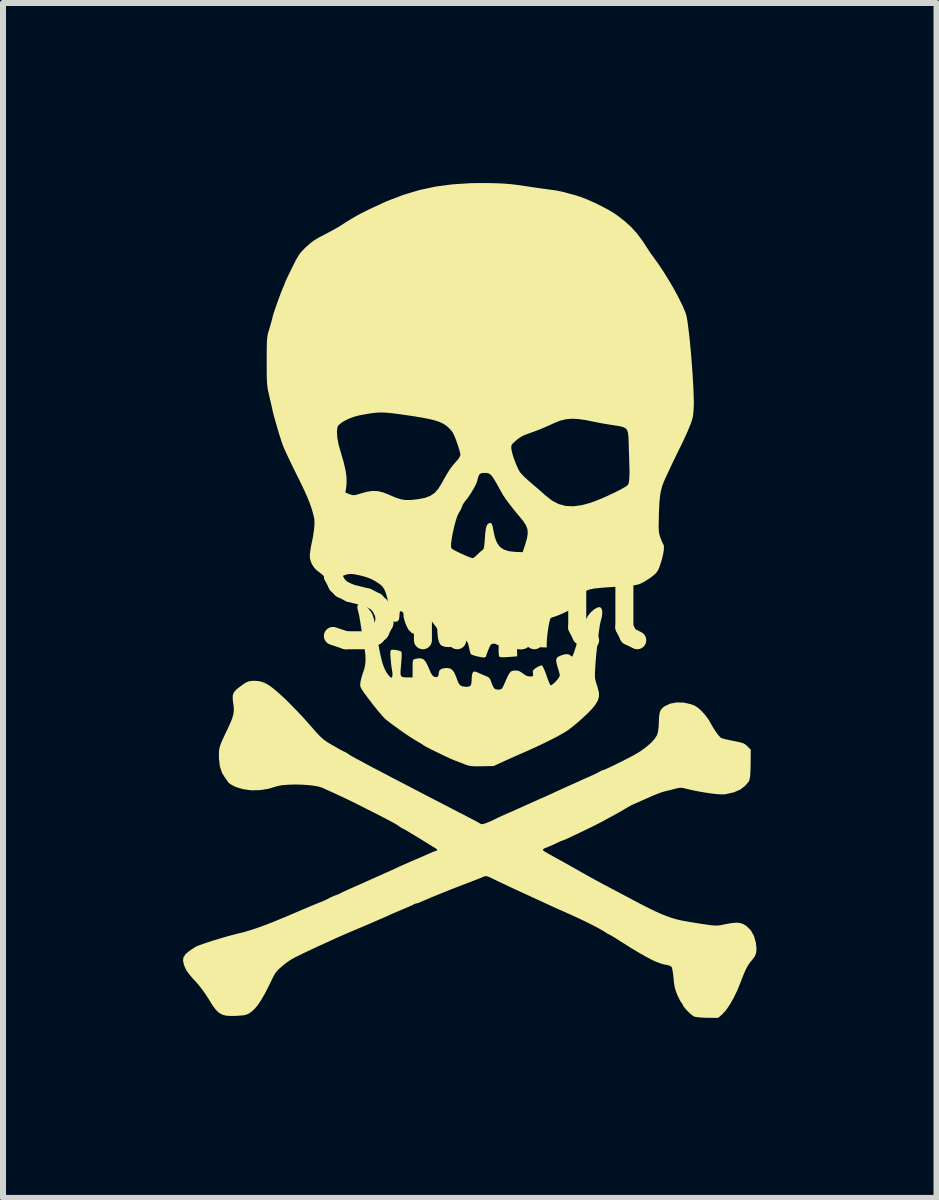
<source format=kicad_pcb>
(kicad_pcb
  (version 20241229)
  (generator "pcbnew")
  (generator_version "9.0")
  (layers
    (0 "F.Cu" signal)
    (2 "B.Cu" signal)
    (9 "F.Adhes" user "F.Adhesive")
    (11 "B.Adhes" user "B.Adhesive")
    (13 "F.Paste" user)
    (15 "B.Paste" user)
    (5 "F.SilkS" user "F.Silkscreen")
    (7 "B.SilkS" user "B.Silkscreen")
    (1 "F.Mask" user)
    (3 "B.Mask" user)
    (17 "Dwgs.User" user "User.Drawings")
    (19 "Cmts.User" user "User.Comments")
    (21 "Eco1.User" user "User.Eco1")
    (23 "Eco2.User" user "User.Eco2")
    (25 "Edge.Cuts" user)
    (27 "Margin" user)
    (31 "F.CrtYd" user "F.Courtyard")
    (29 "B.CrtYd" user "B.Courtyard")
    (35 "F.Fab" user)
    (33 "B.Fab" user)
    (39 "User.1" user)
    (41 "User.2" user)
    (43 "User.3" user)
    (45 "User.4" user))
  (footprint "Skull"
    (layer "F.Cu")
    (at 4.997 6.94)
    (property "Reference" "Skull" (at 0 0 0) (layer "F.SilkS") (effects (font (size 1.5 1.5) (thickness 0.3))))
    (attr board_only exclude_from_pos_files exclude_from_bom)
    (fp_poly (pts (xy -1.993 0.074) (xy -1.953 0.106) (xy -1.91 0.149) (xy -1.872 0.197) (xy -1.844 0.243) (xy -1.842 0.247) (xy -1.822 0.304) (xy -1.808 0.36) (xy -1.806 0.374) (xy -1.801 0.408) (xy -1.791 0.466) (xy -1.778 0.544) (xy -1.762 0.634) (xy -1.745 0.732) (xy -1.745 0.736) (xy -1.718 0.875) (xy -1.693 0.987) (xy -1.668 1.077) (xy -1.641 1.149) (xy -1.611 1.207) (xy -1.576 1.257) (xy -1.57 1.264) (xy -1.542 1.295) (xy -1.525 1.303) (xy -1.513 1.292) (xy -1.513 1.29) (xy -1.507 1.258) (xy -1.51 1.205) (xy -1.514 1.184) (xy -1.523 1.127) (xy -1.532 1.054) (xy -1.538 0.98) (xy -1.539 0.974) (xy -1.543 0.91) (xy -1.542 0.871) (xy -1.537 0.85) (xy -1.526 0.84) (xy -1.52 0.838) (xy -1.487 0.836) (xy -1.439 0.842) (xy -1.393 0.854) (xy -1.361 0.868) (xy -1.359 0.87) (xy -1.355 0.89) (xy -1.354 0.935) (xy -1.357 0.997) (xy -1.363 1.071) (xy -1.363 1.076) (xy -1.371 1.163) (xy -1.374 1.223) (xy -1.369 1.262) (xy -1.354 1.284) (xy -1.327 1.294) (xy -1.285 1.297) (xy -1.254 1.297) (xy -1.172 1.297) (xy -1.172 1.149) (xy -1.172 1.08) (xy -1.17 1.036) (xy -1.164 1.011) (xy -1.154 0.999) (xy -1.138 0.992) (xy -1.134 0.991) (xy -1.072 0.979) (xy -1.024 0.981) (xy -0.985 1) (xy -0.952 1.04) (xy -0.919 1.104) (xy -0.893 1.165) (xy -0.866 1.226) (xy -0.842 1.264) (xy -0.817 1.284) (xy -0.806 1.289) (xy -0.767 1.293) (xy -0.744 1.272) (xy -0.735 1.224) (xy -0.735 1.215) (xy -0.722 1.176) (xy -0.683 1.152) (xy -0.617 1.141) (xy -0.596 1.141) (xy -0.547 1.149) (xy -0.508 1.174) (xy -0.475 1.222) (xy -0.444 1.295) (xy -0.436 1.318) (xy -0.411 1.384) (xy -0.384 1.425) (xy -0.347 1.446) (xy -0.293 1.453) (xy -0.267 1.454) (xy -0.229 1.45) (xy -0.206 1.435) (xy -0.193 1.402) (xy -0.188 1.347) (xy -0.188 1.312) (xy -0.183 1.263) (xy -0.173 1.224) (xy -0.168 1.215) (xy -0.155 1.202) (xy -0.139 1.199) (xy -0.11 1.207) (xy -0.062 1.227) (xy -0.047 1.234) (xy 0.008 1.258) (xy 0.054 1.277) (xy 0.082 1.288) (xy 0.082 1.288) (xy 0.107 1.308) (xy 0.126 1.34) (xy 0.152 1.411) (xy 0.173 1.457) (xy 0.193 1.484) (xy 0.216 1.497) (xy 0.245 1.5) (xy 0.253 1.501) (xy 0.29 1.498) (xy 0.313 1.487) (xy 0.332 1.46) (xy 0.347 1.426) (xy 0.386 1.338) (xy 0.415 1.274) (xy 0.44 1.231) (xy 0.462 1.204) (xy 0.484 1.19) (xy 0.512 1.184) (xy 0.544 1.182) (xy 0.593 1.188) (xy 0.639 1.212) (xy 0.665 1.231) (xy 0.719 1.268) (xy 0.771 1.281) (xy 0.784 1.282) (xy 0.822 1.28) (xy 0.836 1.27) (xy 0.836 1.242) (xy 0.834 1.23) (xy 0.831 1.197) (xy 0.841 1.174) (xy 0.87 1.149) (xy 0.89 1.135) (xy 0.933 1.111) (xy 0.968 1.098) (xy 0.979 1.097) (xy 0.996 1.114) (xy 1.018 1.158) (xy 1.045 1.225) (xy 1.056 1.257) (xy 1.079 1.323) (xy 1.101 1.378) (xy 1.117 1.416) (xy 1.125 1.428) (xy 1.142 1.426) (xy 1.172 1.405) (xy 1.207 1.372) (xy 1.241 1.334) (xy 1.267 1.298) (xy 1.28 1.27) (xy 1.281 1.266) (xy 1.277 1.24) (xy 1.265 1.194) (xy 1.25 1.144) (xy 1.229 1.07) (xy 1.22 1.019) (xy 1.225 0.985) (xy 1.244 0.96) (xy 1.28 0.94) (xy 1.286 0.937) (xy 1.362 0.912) (xy 1.422 0.911) (xy 1.464 0.937) (xy 1.465 0.937) (xy 1.476 0.948) (xy 1.485 0.949) (xy 1.495 0.937) (xy 1.508 0.907) (xy 1.526 0.856) (xy 1.551 0.779) (xy 1.556 0.761) (xy 1.584 0.677) (xy 1.612 0.595) (xy 1.638 0.524) (xy 1.659 0.473) (xy 1.66 0.469) (xy 1.686 0.411) (xy 1.709 0.356) (xy 1.719 0.328) (xy 1.751 0.27) (xy 1.797 0.214) (xy 1.85 0.166) (xy 1.904 0.135) (xy 1.944 0.125) (xy 1.969 0.139) (xy 1.985 0.176) (xy 1.989 0.228) (xy 1.981 0.289) (xy 1.978 0.303) (xy 1.967 0.342) (xy 1.958 0.378) (xy 1.95 0.416) (xy 1.943 0.462) (xy 1.934 0.524) (xy 1.923 0.607) (xy 1.916 0.664) (xy 1.902 0.787) (xy 1.889 0.908) (xy 1.879 1.022) (xy 1.872 1.125) (xy 1.867 1.212) (xy 1.866 1.277) (xy 1.868 1.317) (xy 1.869 1.319) (xy 1.879 1.361) (xy 1.896 1.417) (xy 1.91 1.461) (xy 1.932 1.546) (xy 1.934 1.617) (xy 1.914 1.684) (xy 1.87 1.756) (xy 1.853 1.779) (xy 1.81 1.83) (xy 1.748 1.893) (xy 1.674 1.963) (xy 1.595 2.034) (xy 1.517 2.1) (xy 1.447 2.155) (xy 1.426 2.171) (xy 1.355 2.216) (xy 1.259 2.271) (xy 1.143 2.331) (xy 1.012 2.396) (xy 0.871 2.463) (xy 0.723 2.529) (xy 0.703 2.538) (xy 0.611 2.578) (xy 0.51 2.623) (xy 0.414 2.666) (xy 0.344 2.698) (xy 0.18 2.774) (xy -0.016 2.778) (xy -0.101 2.779) (xy -0.163 2.778) (xy -0.21 2.773) (xy -0.251 2.764) (xy -0.295 2.749) (xy -0.313 2.742) (xy -0.372 2.719) (xy -0.426 2.698) (xy -0.461 2.685) (xy -0.498 2.67) (xy -0.554 2.645) (xy -0.623 2.613) (xy -0.699 2.577) (xy -0.776 2.54) (xy -0.849 2.504) (xy -0.912 2.472) (xy -0.958 2.447) (xy -0.983 2.432) (xy -0.985 2.431) (xy -1.011 2.413) (xy -1.054 2.387) (xy -1.086 2.368) (xy -1.146 2.333) (xy -1.221 2.285) (xy -1.305 2.228) (xy -1.392 2.168) (xy -1.476 2.107) (xy -1.55 2.052) (xy -1.608 2.006) (xy -1.632 1.986) (xy -1.667 1.949) (xy -1.715 1.894) (xy -1.773 1.825) (xy -1.834 1.748) (xy -1.879 1.689) (xy -1.94 1.609) (xy -1.984 1.549) (xy -2.014 1.505) (xy -2.033 1.473) (xy -2.042 1.447) (xy -2.045 1.424) (xy -2.044 1.399) (xy -2.043 1.392) (xy -2.034 1.34) (xy -2.017 1.275) (xy -1.995 1.211) (xy -1.974 1.144) (xy -1.961 1.077) (xy -1.956 1.004) (xy -1.959 0.919) (xy -1.971 0.817) (xy -1.991 0.691) (xy -1.994 0.672) (xy -2.009 0.581) (xy -2.025 0.492) (xy -2.038 0.413) (xy -2.047 0.354) (xy -2.049 0.344) (xy -2.059 0.283) (xy -2.071 0.228) (xy -2.079 0.197) (xy -2.094 0.133) (xy -2.086 0.089) (xy -2.056 0.067) (xy -2.023 0.063)) (stroke (width 0) (type solid)) (fill yes) (layer "F.SilkS"))
    (fp_poly (pts (xy -3.739 1.359) (xy -3.675 1.374) (xy -3.61 1.402) (xy -3.54 1.446) (xy -3.461 1.508) (xy -3.368 1.59) (xy -3.286 1.666) (xy -3.199 1.753) (xy -3.101 1.853) (xy -3.003 1.957) (xy -2.914 2.056) (xy -2.876 2.099) (xy -2.806 2.18) (xy -2.75 2.241) (xy -2.705 2.288) (xy -2.664 2.325) (xy -2.623 2.356) (xy -2.577 2.386) (xy -2.529 2.415) (xy -2.459 2.454) (xy -2.393 2.492) (xy -2.337 2.522) (xy -2.31 2.535) (xy -2.269 2.557) (xy -2.241 2.574) (xy -2.235 2.579) (xy -2.218 2.591) (xy -2.181 2.613) (xy -2.131 2.641) (xy -2.118 2.648) (xy -2.063 2.677) (xy -2.016 2.701) (xy -1.988 2.718) (xy -1.985 2.719) (xy -1.965 2.73) (xy -1.92 2.754) (xy -1.853 2.79) (xy -1.766 2.835) (xy -1.663 2.889) (xy -1.546 2.951) (xy -1.418 3.018) (xy -1.281 3.089) (xy -1.139 3.163) (xy -0.994 3.238) (xy -0.849 3.314) (xy -0.706 3.387) (xy -0.569 3.458) (xy -0.441 3.525) (xy -0.323 3.585) (xy -0.266 3.615) (xy -0.191 3.654) (xy -0.124 3.689) (xy -0.073 3.717) (xy -0.041 3.736) (xy -0.034 3.74) (xy -0.007 3.743) (xy 0.046 3.728) (xy 0.125 3.696) (xy 0.227 3.647) (xy 0.258 3.631) (xy 0.312 3.607) (xy 0.38 3.577) (xy 0.456 3.543) (xy 0.469 3.538) (xy 0.551 3.501) (xy 0.632 3.465) (xy 0.704 3.433) (xy 0.756 3.409) (xy 0.758 3.409) (xy 0.818 3.381) (xy 0.892 3.348) (xy 0.968 3.314) (xy 0.985 3.307) (xy 1.052 3.277) (xy 1.117 3.248) (xy 1.168 3.225) (xy 1.18 3.219) (xy 1.231 3.195) (xy 1.305 3.162) (xy 1.393 3.121) (xy 1.49 3.078) (xy 1.589 3.033) (xy 1.682 2.991) (xy 1.764 2.955) (xy 1.765 2.955) (xy 1.83 2.925) (xy 1.888 2.898) (xy 1.93 2.876) (xy 1.944 2.868) (xy 1.976 2.85) (xy 1.995 2.845) (xy 2.017 2.838) (xy 2.063 2.818) (xy 2.127 2.789) (xy 2.206 2.75) (xy 2.296 2.706) (xy 2.391 2.658) (xy 2.488 2.607) (xy 2.513 2.594) (xy 2.618 2.532) (xy 2.714 2.463) (xy 2.797 2.392) (xy 2.861 2.322) (xy 2.901 2.259) (xy 2.902 2.256) (xy 2.919 2.196) (xy 2.929 2.109) (xy 2.931 2.048) (xy 2.935 1.959) (xy 2.943 1.896) (xy 2.958 1.85) (xy 2.982 1.816) (xy 3.017 1.786) (xy 3.027 1.779) (xy 3.119 1.735) (xy 3.227 1.714) (xy 3.343 1.717) (xy 3.463 1.743) (xy 3.524 1.766) (xy 3.579 1.8) (xy 3.64 1.854) (xy 3.702 1.923) (xy 3.758 1.998) (xy 3.79 2.052) (xy 3.838 2.137) (xy 3.885 2.21) (xy 3.928 2.266) (xy 3.963 2.302) (xy 3.975 2.309) (xy 4.004 2.318) (xy 4.056 2.331) (xy 4.123 2.346) (xy 4.18 2.357) (xy 4.257 2.373) (xy 4.311 2.386) (xy 4.348 2.4) (xy 4.377 2.418) (xy 4.404 2.443) (xy 4.407 2.446) (xy 4.463 2.501) (xy 4.461 2.716) (xy 4.459 2.797) (xy 4.457 2.869) (xy 4.454 2.925) (xy 4.451 2.958) (xy 4.45 2.962) (xy 4.442 2.996) (xy 4.44 3.011) (xy 4.43 3.031) (xy 4.403 3.065) (xy 4.372 3.101) (xy 4.29 3.165) (xy 4.182 3.212) (xy 4.047 3.243) (xy 4.033 3.245) (xy 3.972 3.247) (xy 3.887 3.241) (xy 3.784 3.229) (xy 3.669 3.211) (xy 3.547 3.189) (xy 3.424 3.162) (xy 3.353 3.144) (xy 3.309 3.136) (xy 3.263 3.139) (xy 3.204 3.152) (xy 3.189 3.156) (xy 3.127 3.173) (xy 3.07 3.187) (xy 3.036 3.195) (xy 2.99 3.207) (xy 2.922 3.232) (xy 2.83 3.269) (xy 2.712 3.321) (xy 2.642 3.352) (xy 2.584 3.378) (xy 2.536 3.4) (xy 2.505 3.413) (xy 2.501 3.414) (xy 2.477 3.426) (xy 2.435 3.449) (xy 2.381 3.48) (xy 2.36 3.492) (xy 2.3 3.528) (xy 2.221 3.572) (xy 2.136 3.619) (xy 2.055 3.663) (xy 1.993 3.697) (xy 1.933 3.728) (xy 1.87 3.76) (xy 1.8 3.795) (xy 1.717 3.835) (xy 1.619 3.882) (xy 1.499 3.939) (xy 1.413 3.98) (xy 1.367 4) (xy 1.333 4.014) (xy 1.322 4.017) (xy 1.302 4.024) (xy 1.264 4.041) (xy 1.229 4.058) (xy 1.165 4.088) (xy 1.094 4.118) (xy 1.065 4.13) (xy 1.017 4.15) (xy 0.998 4.167) (xy 1.009 4.186) (xy 1.048 4.211) (xy 1.059 4.217) (xy 1.169 4.279) (xy 1.264 4.331) (xy 1.352 4.38) (xy 1.441 4.43) (xy 1.54 4.486) (xy 1.656 4.552) (xy 1.672 4.561) (xy 1.774 4.618) (xy 1.859 4.665) (xy 1.936 4.707) (xy 2.016 4.75) (xy 2.109 4.799) (xy 2.165 4.829) (xy 2.227 4.861) (xy 2.304 4.902) (xy 2.385 4.945) (xy 2.431 4.969) (xy 2.594 5.056) (xy 2.735 5.128) (xy 2.856 5.188) (xy 2.963 5.236) (xy 3.059 5.275) (xy 3.148 5.306) (xy 3.234 5.331) (xy 3.321 5.35) (xy 3.413 5.367) (xy 3.423 5.369) (xy 3.553 5.39) (xy 3.655 5.406) (xy 3.736 5.418) (xy 3.799 5.427) (xy 3.848 5.431) (xy 3.888 5.433) (xy 3.922 5.431) (xy 3.957 5.426) (xy 3.994 5.419) (xy 4.04 5.41) (xy 4.048 5.408) (xy 4.147 5.391) (xy 4.223 5.384) (xy 4.284 5.39) (xy 4.337 5.407) (xy 4.387 5.438) (xy 4.391 5.44) (xy 4.464 5.512) (xy 4.517 5.607) (xy 4.548 5.72) (xy 4.55 5.73) (xy 4.558 5.818) (xy 4.553 5.886) (xy 4.532 5.942) (xy 4.495 5.994) (xy 4.492 5.997) (xy 4.452 6.045) (xy 4.417 6.096) (xy 4.384 6.156) (xy 4.35 6.232) (xy 4.312 6.328) (xy 4.29 6.385) (xy 4.236 6.518) (xy 4.176 6.641) (xy 4.113 6.751) (xy 4.051 6.842) (xy 3.991 6.908) (xy 3.983 6.916) (xy 3.918 6.971) (xy 3.745 6.969) (xy 3.669 6.967) (xy 3.599 6.962) (xy 3.545 6.955) (xy 3.521 6.949) (xy 3.491 6.931) (xy 3.451 6.897) (xy 3.408 6.856) (xy 3.369 6.813) (xy 3.34 6.776) (xy 3.329 6.752) (xy 3.319 6.731) (xy 3.308 6.718) (xy 3.291 6.693) (xy 3.268 6.649) (xy 3.241 6.594) (xy 3.238 6.586) (xy 3.213 6.521) (xy 3.195 6.457) (xy 3.183 6.381) (xy 3.176 6.311) (xy 3.169 6.24) (xy 3.159 6.179) (xy 3.15 6.137) (xy 3.143 6.121) (xy 3.117 6.104) (xy 3.073 6.09) (xy 3.059 6.088) (xy 3.001 6.076) (xy 2.943 6.058) (xy 2.879 6.033) (xy 2.806 5.999) (xy 2.72 5.953) (xy 2.615 5.894) (xy 2.501 5.826) (xy 2.466 5.805) (xy 2.413 5.771) (xy 2.348 5.73) (xy 2.279 5.687) (xy 2.215 5.646) (xy 2.161 5.613) (xy 2.121 5.59) (xy 2.102 5.58) (xy 2.102 5.58) (xy 2.083 5.572) (xy 2.052 5.552) (xy 2.05 5.551) (xy 1.995 5.516) (xy 1.917 5.472) (xy 1.818 5.42) (xy 1.704 5.364) (xy 1.579 5.304) (xy 1.449 5.245) (xy 1.376 5.212) (xy 1.305 5.181) (xy 1.235 5.15) (xy 1.177 5.124) (xy 1.164 5.118) (xy 1.129 5.102) (xy 1.071 5.075) (xy 0.993 5.039) (xy 0.9 4.996) (xy 0.798 4.949) (xy 0.696 4.902) (xy 0.585 4.851) (xy 0.477 4.801) (xy 0.377 4.754) (xy 0.29 4.713) (xy 0.222 4.68) (xy 0.181 4.66) (xy 0.121 4.631) (xy 0.08 4.614) (xy 0.052 4.608) (xy 0.028 4.612) (xy 0.009 4.619) (xy -0.038 4.639) (xy -0.107 4.666) (xy -0.191 4.699) (xy -0.283 4.734) (xy -0.352 4.76) (xy -0.416 4.785) (xy -0.496 4.816) (xy -0.587 4.852) (xy -0.683 4.891) (xy -0.777 4.929) (xy -0.865 4.965) (xy -0.939 4.997) (xy -0.996 5.021) (xy -1.025 5.034) (xy -1.069 5.053) (xy -1.103 5.063) (xy -1.112 5.064) (xy -1.142 5.073) (xy -1.15 5.078) (xy -1.17 5.089) (xy -1.212 5.109) (xy -1.268 5.133) (xy -1.29 5.142) (xy -1.359 5.171) (xy -1.429 5.201) (xy -1.486 5.225) (xy -1.493 5.228) (xy -1.601 5.277) (xy -1.727 5.332) (xy -1.874 5.396) (xy -2.045 5.469) (xy -2.087 5.486) (xy -2.176 5.524) (xy -2.26 5.56) (xy -2.332 5.591) (xy -2.387 5.615) (xy -2.415 5.627) (xy -2.584 5.705) (xy -2.728 5.77) (xy -2.848 5.826) (xy -2.948 5.873) (xy -3.03 5.912) (xy -3.097 5.946) (xy -3.152 5.974) (xy -3.197 6) (xy -3.235 6.024) (xy -3.269 6.048) (xy -3.301 6.072) (xy -3.334 6.099) (xy -3.348 6.111) (xy -3.409 6.165) (xy -3.453 6.216) (xy -3.488 6.274) (xy -3.504 6.307) (xy -3.577 6.457) (xy -3.641 6.58) (xy -3.699 6.679) (xy -3.752 6.758) (xy -3.803 6.819) (xy -3.853 6.865) (xy -3.88 6.885) (xy -3.914 6.905) (xy -3.948 6.919) (xy -3.989 6.928) (xy -4.046 6.933) (xy -4.107 6.937) (xy -4.206 6.939) (xy -4.284 6.933) (xy -4.348 6.915) (xy -4.402 6.883) (xy -4.453 6.833) (xy -4.506 6.761) (xy -4.565 6.664) (xy -4.572 6.654) (xy -4.623 6.575) (xy -4.684 6.49) (xy -4.746 6.412) (xy -4.774 6.38) (xy -4.844 6.304) (xy -4.895 6.243) (xy -4.932 6.192) (xy -4.958 6.146) (xy -4.978 6.097) (xy -4.98 6.093) (xy -4.997 6.022) (xy -4.991 5.963) (xy -4.958 5.912) (xy -4.903 5.864) (xy -4.852 5.828) (xy -4.804 5.797) (xy -4.775 5.78) (xy -4.73 5.762) (xy -4.661 5.737) (xy -4.574 5.708) (xy -4.474 5.676) (xy -4.368 5.644) (xy -4.262 5.613) (xy -4.161 5.586) (xy -4.072 5.563) (xy -4.009 5.548) (xy -3.97 5.538) (xy -3.909 5.52) (xy -3.836 5.497) (xy -3.767 5.474) (xy -3.713 5.455) (xy -3.664 5.437) (xy -3.615 5.419) (xy -3.563 5.399) (xy -3.504 5.376) (xy -3.436 5.348) (xy -3.354 5.314) (xy -3.255 5.273) (xy -3.136 5.222) (xy -2.993 5.161) (xy -2.931 5.135) (xy -2.855 5.103) (xy -2.781 5.072) (xy -2.719 5.047) (xy -2.683 5.033) (xy -2.632 5.011) (xy -2.588 4.99) (xy -2.574 4.982) (xy -2.539 4.964) (xy -2.49 4.942) (xy -2.462 4.931) (xy -2.415 4.913) (xy -2.379 4.897) (xy -2.368 4.891) (xy -2.349 4.881) (xy -2.307 4.861) (xy -2.246 4.833) (xy -2.173 4.801) (xy -2.134 4.783) (xy -2.049 4.746) (xy -1.967 4.709) (xy -1.895 4.677) (xy -1.842 4.653) (xy -1.829 4.648) (xy -1.775 4.623) (xy -1.704 4.592) (xy -1.63 4.558) (xy -1.602 4.546) (xy -1.533 4.515) (xy -1.468 4.485) (xy -1.416 4.461) (xy -1.399 4.453) (xy -1.361 4.436) (xy -1.303 4.41) (xy -1.23 4.378) (xy -1.151 4.344) (xy -1.133 4.336) (xy -1.053 4.302) (xy -0.978 4.269) (xy -0.914 4.241) (xy -0.871 4.221) (xy -0.864 4.219) (xy -0.822 4.201) (xy -0.79 4.19) (xy -0.783 4.189) (xy -0.762 4.182) (xy -0.765 4.164) (xy -0.79 4.143) (xy -0.794 4.141) (xy -0.839 4.116) (xy -0.88 4.09) (xy -0.915 4.068) (xy -0.966 4.036) (xy -1.028 3.998) (xy -1.096 3.956) (xy -1.165 3.915) (xy -1.228 3.877) (xy -1.282 3.845) (xy -1.321 3.823) (xy -1.338 3.814) (xy -1.339 3.814) (xy -1.356 3.806) (xy -1.387 3.785) (xy -1.396 3.779) (xy -1.416 3.764) (xy -1.441 3.749) (xy -1.472 3.73) (xy -1.514 3.707) (xy -1.569 3.678) (xy -1.64 3.641) (xy -1.731 3.594) (xy -1.845 3.536) (xy -1.932 3.492) (xy -2.036 3.439) (xy -2.144 3.385) (xy -2.249 3.334) (xy -2.341 3.29) (xy -2.415 3.256) (xy -2.423 3.252) (xy -2.499 3.217) (xy -2.572 3.184) (xy -2.633 3.156) (xy -2.672 3.138) (xy -2.733 3.118) (xy -2.818 3.102) (xy -2.92 3.091) (xy -3.03 3.084) (xy -3.143 3.082) (xy -3.251 3.086) (xy -3.347 3.094) (xy -3.423 3.108) (xy -3.448 3.116) (xy -3.585 3.156) (xy -3.728 3.177) (xy -3.869 3.178) (xy -4.002 3.159) (xy -4.121 3.122) (xy -4.191 3.086) (xy -4.227 3.061) (xy -4.249 3.041) (xy -4.252 3.036) (xy -4.261 3.018) (xy -4.284 2.987) (xy -4.29 2.98) (xy -4.347 2.89) (xy -4.384 2.778) (xy -4.399 2.644) (xy -4.399 2.618) (xy -4.399 2.564) (xy -4.397 2.52) (xy -4.391 2.479) (xy -4.38 2.436) (xy -4.361 2.386) (xy -4.334 2.324) (xy -4.296 2.243) (xy -4.258 2.164) (xy -4.211 2.062) (xy -4.178 1.981) (xy -4.159 1.912) (xy -4.151 1.851) (xy -4.152 1.79) (xy -4.159 1.741) (xy -4.17 1.658) (xy -4.168 1.596) (xy -4.15 1.547) (xy -4.113 1.503) (xy -4.065 1.464) (xy -4 1.416) (xy -3.951 1.384) (xy -3.909 1.365) (xy -3.866 1.357) (xy -3.815 1.354) (xy -3.804 1.354)) (stroke (width 0) (type solid)) (fill yes) (layer "F.SilkS"))
    (fp_poly (pts (xy 0.116 -6.939) (xy 0.243 -6.936) (xy 0.357 -6.93) (xy 0.468 -6.921) (xy 0.584 -6.907) (xy 0.715 -6.888) (xy 0.782 -6.878) (xy 0.874 -6.864) (xy 0.971 -6.85) (xy 1.061 -6.838) (xy 1.118 -6.83) (xy 1.194 -6.82) (xy 1.27 -6.806) (xy 1.333 -6.793) (xy 1.344 -6.79) (xy 1.406 -6.773) (xy 1.481 -6.753) (xy 1.54 -6.737) (xy 1.63 -6.708) (xy 1.737 -6.666) (xy 1.855 -6.614) (xy 1.973 -6.556) (xy 2.085 -6.497) (xy 2.181 -6.44) (xy 2.235 -6.403) (xy 2.361 -6.306) (xy 2.468 -6.208) (xy 2.565 -6.102) (xy 2.657 -5.98) (xy 2.751 -5.836) (xy 2.758 -5.825) (xy 2.785 -5.784) (xy 2.821 -5.733) (xy 2.844 -5.702) (xy 2.93 -5.582) (xy 3.019 -5.448) (xy 3.106 -5.307) (xy 3.189 -5.164) (xy 3.263 -5.025) (xy 3.326 -4.897) (xy 3.373 -4.786) (xy 3.382 -4.761) (xy 3.394 -4.715) (xy 3.407 -4.642) (xy 3.42 -4.546) (xy 3.434 -4.432) (xy 3.448 -4.303) (xy 3.461 -4.164) (xy 3.474 -4.019) (xy 3.485 -3.873) (xy 3.495 -3.729) (xy 3.503 -3.592) (xy 3.509 -3.466) (xy 3.513 -3.355) (xy 3.514 -3.264) (xy 3.513 -3.228) (xy 3.509 -3.142) (xy 3.503 -3.078) (xy 3.493 -3.024) (xy 3.477 -2.969) (xy 3.453 -2.904) (xy 3.449 -2.896) (xy 3.419 -2.822) (xy 3.379 -2.732) (xy 3.336 -2.639) (xy 3.301 -2.567) (xy 3.26 -2.484) (xy 3.217 -2.396) (xy 3.178 -2.315) (xy 3.151 -2.259) (xy 3.117 -2.187) (xy 3.082 -2.111) (xy 3.052 -2.048) (xy 3.048 -2.04) (xy 3.013 -1.96) (xy 2.985 -1.885) (xy 2.965 -1.808) (xy 2.951 -1.722) (xy 2.941 -1.622) (xy 2.935 -1.5) (xy 2.932 -1.428) (xy 2.93 -1.321) (xy 2.928 -1.24) (xy 2.929 -1.18) (xy 2.932 -1.134) (xy 2.938 -1.097) (xy 2.947 -1.063) (xy 2.955 -1.037) (xy 2.974 -0.987) (xy 2.991 -0.947) (xy 3.001 -0.931) (xy 3.015 -0.898) (xy 3.016 -0.842) (xy 3.005 -0.766) (xy 2.984 -0.676) (xy 2.967 -0.62) (xy 2.943 -0.548) (xy 2.922 -0.498) (xy 2.901 -0.462) (xy 2.874 -0.431) (xy 2.838 -0.399) (xy 2.778 -0.354) (xy 2.708 -0.309) (xy 2.665 -0.285) (xy 2.634 -0.269) (xy 2.605 -0.257) (xy 2.574 -0.248) (xy 2.536 -0.24) (xy 2.485 -0.234) (xy 2.418 -0.228) (xy 2.33 -0.221) (xy 2.215 -0.213) (xy 2.204 -0.212) (xy 2.066 -0.203) (xy 1.955 -0.194) (xy 1.868 -0.185) (xy 1.8 -0.173) (xy 1.747 -0.158) (xy 1.706 -0.137) (xy 1.673 -0.111) (xy 1.644 -0.076) (xy 1.615 -0.032) (xy 1.586 0.016) (xy 1.548 0.076) (xy 1.519 0.118) (xy 1.489 0.147) (xy 1.45 0.172) (xy 1.395 0.2) (xy 1.385 0.205) (xy 1.321 0.235) (xy 1.26 0.261) (xy 1.214 0.279) (xy 1.205 0.281) (xy 1.162 0.295) (xy 1.132 0.308) (xy 1.129 0.31) (xy 1.119 0.33) (xy 1.108 0.374) (xy 1.095 0.436) (xy 1.084 0.507) (xy 1.074 0.583) (xy 1.067 0.654) (xy 1.063 0.715) (xy 1.063 0.723) (xy 1.063 0.797) (xy 0.995 0.797) (xy 0.95 0.793) (xy 0.914 0.777) (xy 0.882 0.745) (xy 0.849 0.692) (xy 0.813 0.614) (xy 0.81 0.608) (xy 0.783 0.55) (xy 0.764 0.516) (xy 0.749 0.501) (xy 0.733 0.5) (xy 0.727 0.502) (xy 0.692 0.514) (xy 0.644 0.528) (xy 0.628 0.532) (xy 0.56 0.549) (xy 0.565 0.747) (xy 0.571 0.946) (xy 0.431 0.957) (xy 0.349 0.962) (xy 0.296 0.96) (xy 0.274 0.953) (xy 0.266 0.929) (xy 0.262 0.885) (xy 0.261 0.835) (xy 0.264 0.735) (xy 0.199 0.735) (xy 0.161 0.737) (xy 0.137 0.746) (xy 0.12 0.77) (xy 0.1 0.815) (xy 0.099 0.817) (xy 0.078 0.869) (xy 0.061 0.915) (xy 0.055 0.934) (xy 0.047 0.954) (xy 0.032 0.964) (xy 0.004 0.965) (xy -0.042 0.958) (xy -0.1 0.946) (xy -0.15 0.932) (xy -0.188 0.918) (xy -0.202 0.908) (xy -0.211 0.884) (xy -0.223 0.84) (xy -0.234 0.79) (xy -0.249 0.73) (xy -0.268 0.695) (xy -0.299 0.678) (xy -0.35 0.673) (xy -0.378 0.672) (xy -0.418 0.676) (xy -0.439 0.692) (xy -0.451 0.719) (xy -0.48 0.763) (xy -0.511 0.783) (xy -0.567 0.793) (xy -0.628 0.789) (xy -0.682 0.771) (xy -0.706 0.755) (xy -0.732 0.709) (xy -0.75 0.637) (xy -0.759 0.541) (xy -0.759 0.424) (xy -0.75 0.291) (xy -0.74 0.205) (xy -0.731 0.137) (xy -0.799 0.149) (xy -0.842 0.157) (xy -0.87 0.164) (xy -0.874 0.166) (xy -0.874 0.183) (xy -0.869 0.221) (xy -0.861 0.258) (xy -0.852 0.305) (xy -0.851 0.34) (xy -0.86 0.375) (xy -0.881 0.421) (xy -0.889 0.437) (xy -0.924 0.505) (xy -0.95 0.55) (xy -0.97 0.576) (xy -0.99 0.589) (xy -1.013 0.594) (xy -1.031 0.594) (xy -1.122 0.584) (xy -1.19 0.554) (xy -1.239 0.504) (xy -1.265 0.457) (xy -1.29 0.399) (xy -1.31 0.339) (xy -1.322 0.285) (xy -1.324 0.247) (xy -1.323 0.242) (xy -1.327 0.22) (xy -1.348 0.201) (xy -1.372 0.194) (xy -1.381 0.199) (xy -1.387 0.219) (xy -1.391 0.258) (xy -1.391 0.274) (xy -1.399 0.333) (xy -1.424 0.365) (xy -1.466 0.371) (xy -1.476 0.369) (xy -1.505 0.357) (xy -1.526 0.333) (xy -1.542 0.294) (xy -1.554 0.234) (xy -1.565 0.147) (xy -1.565 0.144) (xy -1.578 0.056) (xy -1.596 -0.032) (xy -1.617 -0.105) (xy -1.619 -0.111) (xy -1.644 -0.171) (xy -1.67 -0.212) (xy -1.705 -0.246) (xy -1.739 -0.27) (xy -1.807 -0.314) (xy -1.873 -0.347) (xy -1.946 -0.374) (xy -2.037 -0.399) (xy -2.068 -0.406) (xy -2.145 -0.422) (xy -2.206 -0.427) (xy -2.263 -0.42) (xy -2.325 -0.399) (xy -2.396 -0.368) (xy -2.477 -0.339) (xy -2.545 -0.336) (xy -2.608 -0.36) (xy -2.659 -0.399) (xy -2.702 -0.436) (xy -2.743 -0.467) (xy -2.756 -0.476) (xy -2.808 -0.525) (xy -2.852 -0.593) (xy -2.879 -0.668) (xy -2.883 -0.688) (xy -2.884 -0.756) (xy -2.872 -0.847) (xy -2.864 -0.887) (xy -0.532 -0.887) (xy -0.527 -0.855) (xy -0.526 -0.854) (xy -0.506 -0.839) (xy -0.465 -0.815) (xy -0.408 -0.787) (xy -0.345 -0.757) (xy -0.281 -0.729) (xy -0.224 -0.706) (xy -0.182 -0.692) (xy -0.167 -0.689) (xy -0.15 -0.698) (xy -0.119 -0.725) (xy -0.093 -0.749) (xy -0.054 -0.787) (xy -0.02 -0.816) (xy -0.005 -0.826) (xy 0.007 -0.838) (xy 0.016 -0.863) (xy 0.023 -0.906) (xy 0.029 -0.971) (xy 0.032 -1.02) (xy 0.04 -1.114) (xy 0.049 -1.182) (xy 0.062 -1.228) (xy 0.079 -1.256) (xy 0.102 -1.272) (xy 0.104 -1.273) (xy 0.128 -1.276) (xy 0.145 -1.264) (xy 0.159 -1.23) (xy 0.171 -1.17) (xy 0.173 -1.156) (xy 0.199 -1.037) (xy 0.234 -0.946) (xy 0.282 -0.879) (xy 0.346 -0.834) (xy 0.429 -0.806) (xy 0.535 -0.794) (xy 0.555 -0.793) (xy 0.662 -0.789) (xy 0.706 -0.922) (xy 0.735 -1.023) (xy 0.747 -1.105) (xy 0.741 -1.176) (xy 0.714 -1.243) (xy 0.666 -1.315) (xy 0.614 -1.378) (xy 0.555 -1.448) (xy 0.492 -1.526) (xy 0.432 -1.604) (xy 0.379 -1.676) (xy 0.34 -1.734) (xy 0.329 -1.751) (xy 0.312 -1.782) (xy 0.284 -1.832) (xy 0.251 -1.891) (xy 0.238 -1.915) (xy 0.193 -1.993) (xy 0.158 -2.047) (xy 0.128 -2.081) (xy 0.097 -2.101) (xy 0.063 -2.109) (xy 0.03 -2.11) (xy -0.019 -2.107) (xy -0.05 -2.094) (xy -0.071 -2.064) (xy -0.087 -2.012) (xy -0.092 -1.987) (xy -0.111 -1.932) (xy -0.147 -1.861) (xy -0.194 -1.781) (xy -0.249 -1.699) (xy -0.308 -1.624) (xy -0.313 -1.618) (xy -0.338 -1.577) (xy -0.349 -1.546) (xy -0.364 -1.509) (xy -0.39 -1.462) (xy -0.401 -1.445) (xy -0.422 -1.404) (xy -0.444 -1.342) (xy -0.466 -1.266) (xy -0.487 -1.181) (xy -0.506 -1.095) (xy -0.52 -1.013) (xy -0.53 -0.941) (xy -0.532 -0.887) (xy -2.864 -0.887) (xy -2.862 -0.899) (xy -2.832 -1.046) (xy -2.814 -1.167) (xy -2.806 -1.263) (xy -2.809 -1.339) (xy -2.815 -1.37) (xy -2.837 -1.457) (xy -2.863 -1.541) (xy -2.894 -1.628) (xy -2.934 -1.724) (xy -2.983 -1.833) (xy -3.044 -1.96) (xy -3.096 -2.065) (xy -3.149 -2.172) (xy -3.2 -2.277) (xy -3.247 -2.375) (xy -3.286 -2.459) (xy -3.316 -2.525) (xy -3.331 -2.562) (xy -3.35 -2.615) (xy -3.374 -2.69) (xy -3.402 -2.778) (xy -3.407 -2.795) (xy -2.433 -2.795) (xy -2.426 -2.694) (xy -2.404 -2.577) (xy -2.371 -2.462) (xy -2.323 -2.298) (xy -2.29 -2.158) (xy -2.273 -2.038) (xy -2.272 -1.934) (xy -2.276 -1.892) (xy -2.291 -1.782) (xy -2.223 -1.756) (xy -2.186 -1.743) (xy -2.156 -1.738) (xy -2.123 -1.742) (xy -2.076 -1.755) (xy -2.044 -1.765) (xy -1.932 -1.796) (xy -1.838 -1.81) (xy -1.75 -1.806) (xy -1.66 -1.784) (xy -1.557 -1.743) (xy -1.547 -1.738) (xy -1.453 -1.698) (xy -1.373 -1.672) (xy -1.298 -1.659) (xy -1.217 -1.658) (xy -1.12 -1.667) (xy -1.073 -1.673) (xy -0.964 -1.695) (xy -0.877 -1.728) (xy -0.805 -1.777) (xy -0.743 -1.847) (xy -0.684 -1.943) (xy -0.674 -1.962) (xy -0.612 -2.073) (xy -0.557 -2.162) (xy -0.502 -2.236) (xy -0.452 -2.293) (xy -0.403 -2.35) (xy -0.378 -2.396) (xy -0.375 -2.413) (xy -0.381 -2.448) (xy -0.396 -2.503) (xy -0.412 -2.553) (xy 0.472 -2.553) (xy 0.473 -2.521) (xy 0.475 -2.502) (xy 0.489 -2.436) (xy 0.514 -2.355) (xy 0.546 -2.27) (xy 0.58 -2.191) (xy 0.612 -2.131) (xy 0.615 -2.126) (xy 0.643 -2.092) (xy 0.688 -2.046) (xy 0.745 -1.993) (xy 0.8 -1.945) (xy 0.868 -1.887) (xy 0.939 -1.826) (xy 1.003 -1.77) (xy 1.039 -1.737) (xy 1.15 -1.65) (xy 1.263 -1.591) (xy 1.382 -1.559) (xy 1.511 -1.554) (xy 1.653 -1.574) (xy 1.782 -1.609) (xy 1.876 -1.643) (xy 1.985 -1.687) (xy 2.098 -1.737) (xy 2.208 -1.79) (xy 2.306 -1.84) (xy 2.383 -1.884) (xy 2.384 -1.885) (xy 2.411 -1.906) (xy 2.426 -1.93) (xy 2.434 -1.97) (xy 2.438 -2.009) (xy 2.442 -2.072) (xy 2.443 -2.135) (xy 2.442 -2.165) (xy 2.441 -2.2) (xy 2.439 -2.261) (xy 2.437 -2.34) (xy 2.434 -2.432) (xy 2.431 -2.524) (xy 2.428 -2.636) (xy 2.424 -2.72) (xy 2.416 -2.782) (xy 2.401 -2.826) (xy 2.375 -2.855) (xy 2.336 -2.874) (xy 2.281 -2.888) (xy 2.206 -2.9) (xy 2.153 -2.908) (xy 2.066 -2.922) (xy 1.978 -2.937) (xy 1.9 -2.952) (xy 1.852 -2.962) (xy 1.707 -2.991) (xy 1.585 -3.008) (xy 1.479 -3.013) (xy 1.383 -3.004) (xy 1.291 -2.982) (xy 1.198 -2.946) (xy 1.154 -2.925) (xy 1.088 -2.895) (xy 1.019 -2.865) (xy 0.94 -2.832) (xy 0.844 -2.796) (xy 0.726 -2.753) (xy 0.691 -2.74) (xy 0.643 -2.716) (xy 0.587 -2.679) (xy 0.545 -2.644) (xy 0.503 -2.606) (xy 0.48 -2.579) (xy 0.472 -2.553) (xy -0.412 -2.553) (xy -0.418 -2.571) (xy -0.443 -2.643) (xy -0.469 -2.71) (xy -0.493 -2.764) (xy -0.503 -2.782) (xy -0.533 -2.823) (xy -0.577 -2.868) (xy -0.61 -2.896) (xy -0.651 -2.924) (xy -0.7 -2.949) (xy -0.76 -2.972) (xy -0.834 -2.994) (xy -0.925 -3.014) (xy -1.037 -3.035) (xy -1.171 -3.057) (xy -1.332 -3.08) (xy -1.445 -3.096) (xy -1.546 -3.108) (xy -1.631 -3.115) (xy -1.708 -3.117) (xy -1.786 -3.113) (xy -1.872 -3.102) (xy -1.974 -3.085) (xy -2.059 -3.069) (xy -2.144 -3.047) (xy -2.227 -3.016) (xy -2.303 -2.98) (xy -2.365 -2.941) (xy -2.408 -2.902) (xy -2.424 -2.874) (xy -2.433 -2.795) (xy -3.407 -2.795) (xy -3.43 -2.873) (xy -3.457 -2.967) (xy -3.481 -3.053) (xy -3.499 -3.122) (xy -3.508 -3.162) (xy -3.514 -3.19) (xy -3.525 -3.242) (xy -3.541 -3.309) (xy -3.559 -3.384) (xy -3.572 -3.443) (xy -3.583 -3.494) (xy -3.591 -3.542) (xy -3.596 -3.592) (xy -3.6 -3.651) (xy -3.602 -3.722) (xy -3.603 -3.813) (xy -3.603 -3.927) (xy -3.603 -3.97) (xy -3.603 -4.093) (xy -3.602 -4.189) (xy -3.601 -4.263) (xy -3.598 -4.321) (xy -3.594 -4.367) (xy -3.588 -4.407) (xy -3.579 -4.445) (xy -3.567 -4.485) (xy -3.559 -4.512) (xy -3.539 -4.579) (xy -3.522 -4.639) (xy -3.511 -4.682) (xy -3.508 -4.694) (xy -3.499 -4.731) (xy -3.481 -4.789) (xy -3.456 -4.862) (xy -3.428 -4.943) (xy -3.399 -5.024) (xy -3.371 -5.099) (xy -3.347 -5.159) (xy -3.336 -5.186) (xy -3.315 -5.233) (xy -3.302 -5.268) (xy -3.298 -5.281) (xy -3.291 -5.298) (xy -3.273 -5.338) (xy -3.245 -5.397) (xy -3.21 -5.469) (xy -3.181 -5.528) (xy -3.136 -5.618) (xy -3.1 -5.686) (xy -3.068 -5.737) (xy -3.038 -5.78) (xy -3.003 -5.819) (xy -2.962 -5.861) (xy -2.947 -5.875) (xy -2.879 -5.935) (xy -2.811 -5.986) (xy -2.733 -6.033) (xy -2.654 -6.074) (xy -2.574 -6.116) (xy -2.493 -6.16) (xy -2.421 -6.2) (xy -2.376 -6.228) (xy -2.283 -6.287) (xy -2.208 -6.334) (xy -2.141 -6.374) (xy -2.074 -6.411) (xy -1.999 -6.45) (xy -1.907 -6.496) (xy -1.884 -6.508) (xy -1.601 -6.638) (xy -1.329 -6.742) (xy -1.059 -6.823) (xy -0.785 -6.882) (xy -0.501 -6.919) (xy -0.201 -6.938) (xy -0.033 -6.94)) (stroke (width 0) (type solid)) (fill yes) (layer "F.SilkS")))
  (gr_rect
    (start -3 -3)
    (end 12.555 16.911)
    (stroke (width 0.1) (type default))
    (fill no)
    (layer "Edge.Cuts")))
</source>
